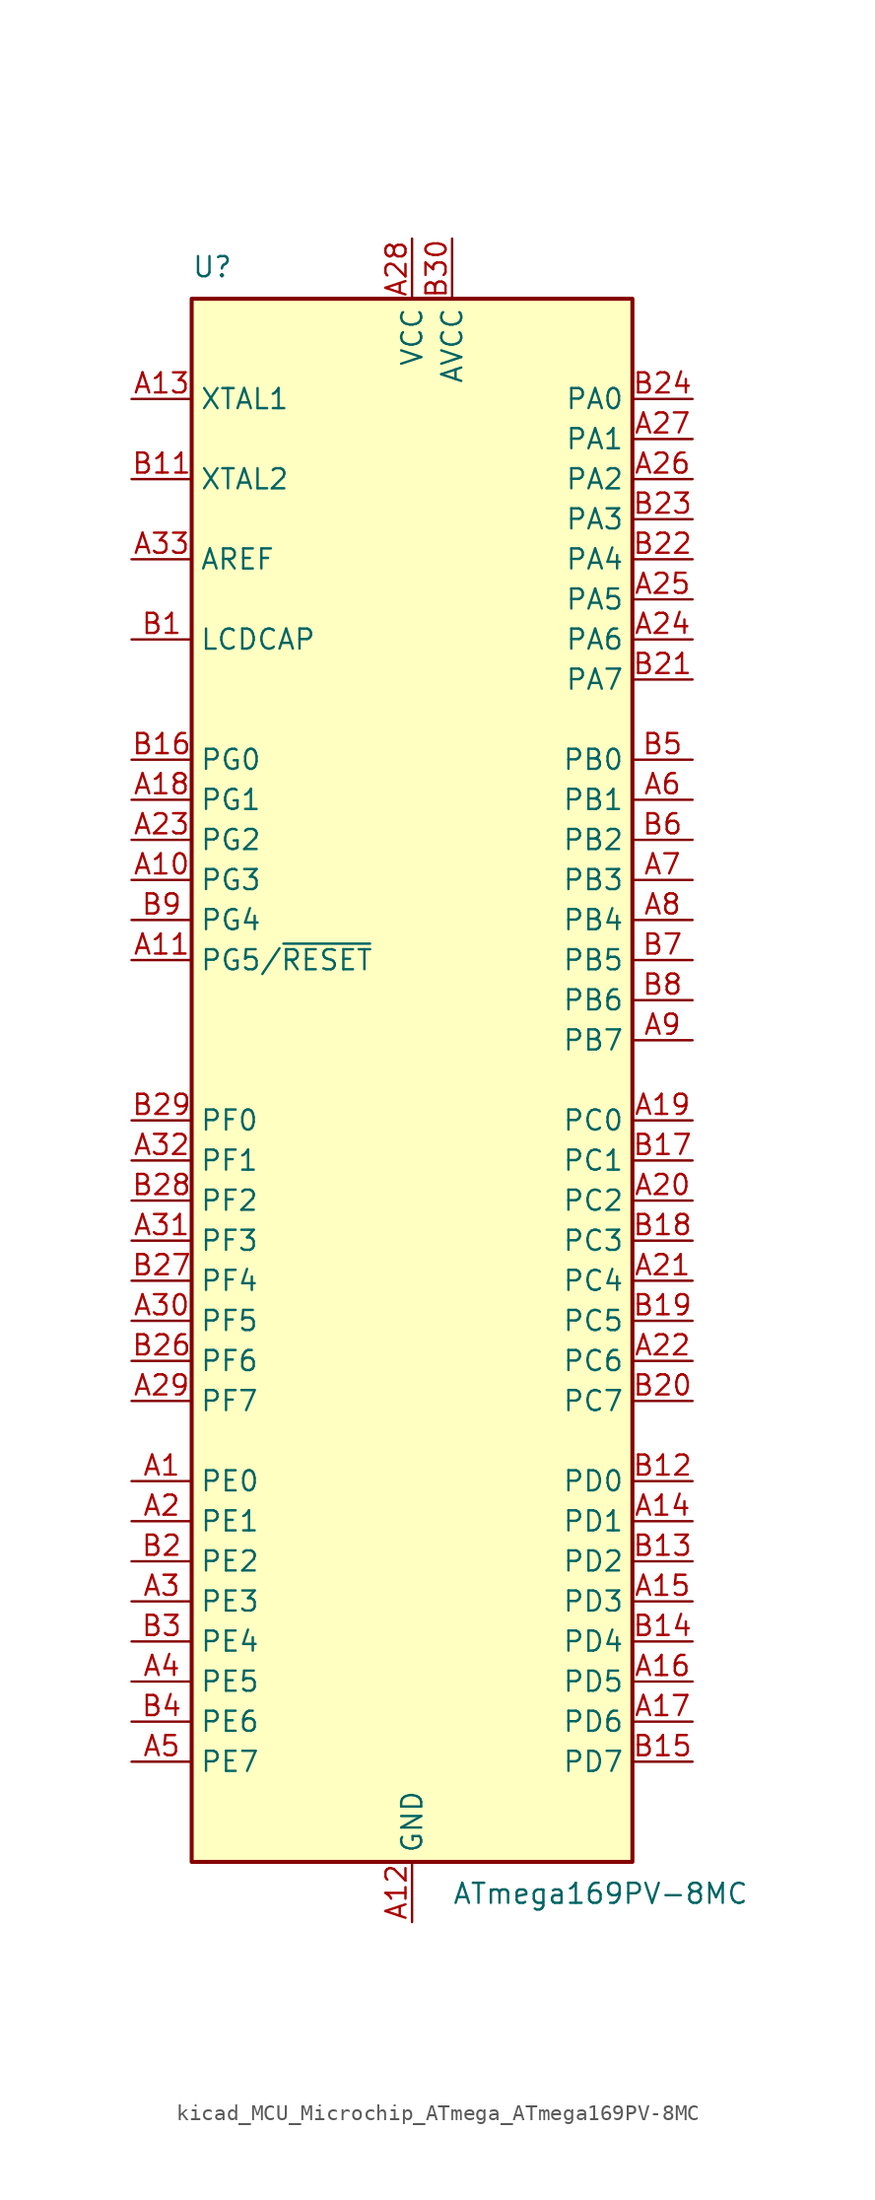
<source format=kicad_sym>
(kicad_symbol_lib
  (version 20220914)
  (generator kicad_symbol_editor)
  (symbol "kicad_MCU_Microchip_ATmega_ATmega169PV-8MC"
    (property "Reference" "U"
      (at -13.97 50.8 0)
      (effects (font (size 1.27 1.27)) (justify left bottom)))
    (property "Value" "ATmega169PV-8MC"
      (at 2.54 -50.8 0)
      (effects (font (size 1.27 1.27)) (justify left top)))
    (symbol "kicad_MCU_Microchip_ATmega_ATmega169PV-8MC_0_1"
      (rectangle (start -13.97 -49.53) (end 13.97 49.53) (stroke (width 0.254) (type default)) (fill (type background))))
    (symbol "kicad_MCU_Microchip_ATmega_ATmega169PV-8MC_1_1"
      (pin bidirectional line (at -17.78 -25.4 0) (length 3.81) (name "PE0" (effects (font (size 1.27 1.27)))) (number "A1" (effects (font (size 1.27 1.27)))))
      (pin bidirectional line (at -17.78 12.7 0) (length 3.81) (name "PG3" (effects (font (size 1.27 1.27)))) (number "A10" (effects (font (size 1.27 1.27)))))
      (pin bidirectional line (at -17.78 7.62 0) (length 3.81) (name "PG5/~{RESET}" (effects (font (size 1.27 1.27)))) (number "A11" (effects (font (size 1.27 1.27)))))
      (pin power_in line (at 0 -53.34 90) (length 3.81) (name "GND" (effects (font (size 1.27 1.27)))) (number "A12" (effects (font (size 1.27 1.27)))))
      (pin input line (at -17.78 43.18 0) (length 3.81) (name "XTAL1" (effects (font (size 1.27 1.27)))) (number "A13" (effects (font (size 1.27 1.27)))))
      (pin bidirectional line (at 17.78 -27.94 180) (length 3.81) (name "PD1" (effects (font (size 1.27 1.27)))) (number "A14" (effects (font (size 1.27 1.27)))))
      (pin bidirectional line (at 17.78 -33.02 180) (length 3.81) (name "PD3" (effects (font (size 1.27 1.27)))) (number "A15" (effects (font (size 1.27 1.27)))))
      (pin bidirectional line (at 17.78 -38.1 180) (length 3.81) (name "PD5" (effects (font (size 1.27 1.27)))) (number "A16" (effects (font (size 1.27 1.27)))))
      (pin bidirectional line (at 17.78 -40.64 180) (length 3.81) (name "PD6" (effects (font (size 1.27 1.27)))) (number "A17" (effects (font (size 1.27 1.27)))))
      (pin bidirectional line (at -17.78 17.78 0) (length 3.81) (name "PG1" (effects (font (size 1.27 1.27)))) (number "A18" (effects (font (size 1.27 1.27)))))
      (pin bidirectional line (at 17.78 -2.54 180) (length 3.81) (name "PC0" (effects (font (size 1.27 1.27)))) (number "A19" (effects (font (size 1.27 1.27)))))
      (pin bidirectional line (at -17.78 -27.94 0) (length 3.81) (name "PE1" (effects (font (size 1.27 1.27)))) (number "A2" (effects (font (size 1.27 1.27)))))
      (pin bidirectional line (at 17.78 -7.62 180) (length 3.81) (name "PC2" (effects (font (size 1.27 1.27)))) (number "A20" (effects (font (size 1.27 1.27)))))
      (pin bidirectional line (at 17.78 -12.7 180) (length 3.81) (name "PC4" (effects (font (size 1.27 1.27)))) (number "A21" (effects (font (size 1.27 1.27)))))
      (pin bidirectional line (at 17.78 -17.78 180) (length 3.81) (name "PC6" (effects (font (size 1.27 1.27)))) (number "A22" (effects (font (size 1.27 1.27)))))
      (pin bidirectional line (at -17.78 15.24 0) (length 3.81) (name "PG2" (effects (font (size 1.27 1.27)))) (number "A23" (effects (font (size 1.27 1.27)))))
      (pin bidirectional line (at 17.78 27.94 180) (length 3.81) (name "PA6" (effects (font (size 1.27 1.27)))) (number "A24" (effects (font (size 1.27 1.27)))))
      (pin bidirectional line (at 17.78 30.48 180) (length 3.81) (name "PA5" (effects (font (size 1.27 1.27)))) (number "A25" (effects (font (size 1.27 1.27)))))
      (pin bidirectional line (at 17.78 38.1 180) (length 3.81) (name "PA2" (effects (font (size 1.27 1.27)))) (number "A26" (effects (font (size 1.27 1.27)))))
      (pin bidirectional line (at 17.78 40.64 180) (length 3.81) (name "PA1" (effects (font (size 1.27 1.27)))) (number "A27" (effects (font (size 1.27 1.27)))))
      (pin power_in line (at 0 53.34 270) (length 3.81) (name "VCC" (effects (font (size 1.27 1.27)))) (number "A28" (effects (font (size 1.27 1.27)))))
      (pin bidirectional line (at -17.78 -20.32 0) (length 3.81) (name "PF7" (effects (font (size 1.27 1.27)))) (number "A29" (effects (font (size 1.27 1.27)))))
      (pin bidirectional line (at -17.78 -33.02 0) (length 3.81) (name "PE3" (effects (font (size 1.27 1.27)))) (number "A3" (effects (font (size 1.27 1.27)))))
      (pin bidirectional line (at -17.78 -15.24 0) (length 3.81) (name "PF5" (effects (font (size 1.27 1.27)))) (number "A30" (effects (font (size 1.27 1.27)))))
      (pin bidirectional line (at -17.78 -10.16 0) (length 3.81) (name "PF3" (effects (font (size 1.27 1.27)))) (number "A31" (effects (font (size 1.27 1.27)))))
      (pin bidirectional line (at -17.78 -5.08 0) (length 3.81) (name "PF1" (effects (font (size 1.27 1.27)))) (number "A32" (effects (font (size 1.27 1.27)))))
      (pin passive line (at -17.78 33.02 0) (length 3.81) (name "AREF" (effects (font (size 1.27 1.27)))) (number "A33" (effects (font (size 1.27 1.27)))))
      (pin passive line (at 0 -53.34 90) (length 3.81) hide (name "GND" (effects (font (size 1.27 1.27)))) (number "A34" (effects (font (size 1.27 1.27)))))
      (pin bidirectional line (at -17.78 -38.1 0) (length 3.81) (name "PE5" (effects (font (size 1.27 1.27)))) (number "A4" (effects (font (size 1.27 1.27)))))
      (pin bidirectional line (at -17.78 -43.18 0) (length 3.81) (name "PE7" (effects (font (size 1.27 1.27)))) (number "A5" (effects (font (size 1.27 1.27)))))
      (pin bidirectional line (at 17.78 17.78 180) (length 3.81) (name "PB1" (effects (font (size 1.27 1.27)))) (number "A6" (effects (font (size 1.27 1.27)))))
      (pin bidirectional line (at 17.78 12.7 180) (length 3.81) (name "PB3" (effects (font (size 1.27 1.27)))) (number "A7" (effects (font (size 1.27 1.27)))))
      (pin bidirectional line (at 17.78 10.16 180) (length 3.81) (name "PB4" (effects (font (size 1.27 1.27)))) (number "A8" (effects (font (size 1.27 1.27)))))
      (pin bidirectional line (at 17.78 2.54 180) (length 3.81) (name "PB7" (effects (font (size 1.27 1.27)))) (number "A9" (effects (font (size 1.27 1.27)))))
      (pin passive line (at -17.78 27.94 0) (length 3.81) (name "LCDCAP" (effects (font (size 1.27 1.27)))) (number "B1" (effects (font (size 1.27 1.27)))))
      (pin passive line (at 0 53.34 270) (length 3.81) hide (name "VCC" (effects (font (size 1.27 1.27)))) (number "B10" (effects (font (size 1.27 1.27)))))
      (pin output line (at -17.78 38.1 0) (length 3.81) (name "XTAL2" (effects (font (size 1.27 1.27)))) (number "B11" (effects (font (size 1.27 1.27)))))
      (pin bidirectional line (at 17.78 -25.4 180) (length 3.81) (name "PD0" (effects (font (size 1.27 1.27)))) (number "B12" (effects (font (size 1.27 1.27)))))
      (pin bidirectional line (at 17.78 -30.48 180) (length 3.81) (name "PD2" (effects (font (size 1.27 1.27)))) (number "B13" (effects (font (size 1.27 1.27)))))
      (pin bidirectional line (at 17.78 -35.56 180) (length 3.81) (name "PD4" (effects (font (size 1.27 1.27)))) (number "B14" (effects (font (size 1.27 1.27)))))
      (pin bidirectional line (at 17.78 -43.18 180) (length 3.81) (name "PD7" (effects (font (size 1.27 1.27)))) (number "B15" (effects (font (size 1.27 1.27)))))
      (pin bidirectional line (at -17.78 20.32 0) (length 3.81) (name "PG0" (effects (font (size 1.27 1.27)))) (number "B16" (effects (font (size 1.27 1.27)))))
      (pin bidirectional line (at 17.78 -5.08 180) (length 3.81) (name "PC1" (effects (font (size 1.27 1.27)))) (number "B17" (effects (font (size 1.27 1.27)))))
      (pin bidirectional line (at 17.78 -10.16 180) (length 3.81) (name "PC3" (effects (font (size 1.27 1.27)))) (number "B18" (effects (font (size 1.27 1.27)))))
      (pin bidirectional line (at 17.78 -15.24 180) (length 3.81) (name "PC5" (effects (font (size 1.27 1.27)))) (number "B19" (effects (font (size 1.27 1.27)))))
      (pin bidirectional line (at -17.78 -30.48 0) (length 3.81) (name "PE2" (effects (font (size 1.27 1.27)))) (number "B2" (effects (font (size 1.27 1.27)))))
      (pin bidirectional line (at 17.78 -20.32 180) (length 3.81) (name "PC7" (effects (font (size 1.27 1.27)))) (number "B20" (effects (font (size 1.27 1.27)))))
      (pin bidirectional line (at 17.78 25.4 180) (length 3.81) (name "PA7" (effects (font (size 1.27 1.27)))) (number "B21" (effects (font (size 1.27 1.27)))))
      (pin bidirectional line (at 17.78 33.02 180) (length 3.81) (name "PA4" (effects (font (size 1.27 1.27)))) (number "B22" (effects (font (size 1.27 1.27)))))
      (pin bidirectional line (at 17.78 35.56 180) (length 3.81) (name "PA3" (effects (font (size 1.27 1.27)))) (number "B23" (effects (font (size 1.27 1.27)))))
      (pin bidirectional line (at 17.78 43.18 180) (length 3.81) (name "PA0" (effects (font (size 1.27 1.27)))) (number "B24" (effects (font (size 1.27 1.27)))))
      (pin passive line (at 0 -53.34 90) (length 3.81) hide (name "GND" (effects (font (size 1.27 1.27)))) (number "B25" (effects (font (size 1.27 1.27)))))
      (pin bidirectional line (at -17.78 -17.78 0) (length 3.81) (name "PF6" (effects (font (size 1.27 1.27)))) (number "B26" (effects (font (size 1.27 1.27)))))
      (pin bidirectional line (at -17.78 -12.7 0) (length 3.81) (name "PF4" (effects (font (size 1.27 1.27)))) (number "B27" (effects (font (size 1.27 1.27)))))
      (pin bidirectional line (at -17.78 -7.62 0) (length 3.81) (name "PF2" (effects (font (size 1.27 1.27)))) (number "B28" (effects (font (size 1.27 1.27)))))
      (pin bidirectional line (at -17.78 -2.54 0) (length 3.81) (name "PF0" (effects (font (size 1.27 1.27)))) (number "B29" (effects (font (size 1.27 1.27)))))
      (pin bidirectional line (at -17.78 -35.56 0) (length 3.81) (name "PE4" (effects (font (size 1.27 1.27)))) (number "B3" (effects (font (size 1.27 1.27)))))
      (pin power_in line (at 2.54 53.34 270) (length 3.81) (name "AVCC" (effects (font (size 1.27 1.27)))) (number "B30" (effects (font (size 1.27 1.27)))))
      (pin bidirectional line (at -17.78 -40.64 0) (length 3.81) (name "PE6" (effects (font (size 1.27 1.27)))) (number "B4" (effects (font (size 1.27 1.27)))))
      (pin bidirectional line (at 17.78 20.32 180) (length 3.81) (name "PB0" (effects (font (size 1.27 1.27)))) (number "B5" (effects (font (size 1.27 1.27)))))
      (pin bidirectional line (at 17.78 15.24 180) (length 3.81) (name "PB2" (effects (font (size 1.27 1.27)))) (number "B6" (effects (font (size 1.27 1.27)))))
      (pin bidirectional line (at 17.78 7.62 180) (length 3.81) (name "PB5" (effects (font (size 1.27 1.27)))) (number "B7" (effects (font (size 1.27 1.27)))))
      (pin bidirectional line (at 17.78 5.08 180) (length 3.81) (name "PB6" (effects (font (size 1.27 1.27)))) (number "B8" (effects (font (size 1.27 1.27)))))
      (pin bidirectional line (at -17.78 10.16 0) (length 3.81) (name "PG4" (effects (font (size 1.27 1.27)))) (number "B9" (effects (font (size 1.27 1.27)))))
      (pin passive line (at 0 -53.34 90) (length 3.81) hide (name "GND" (effects (font (size 1.27 1.27)))) (number "EP" (effects (font (size 1.27 1.27))))))))
</source>
